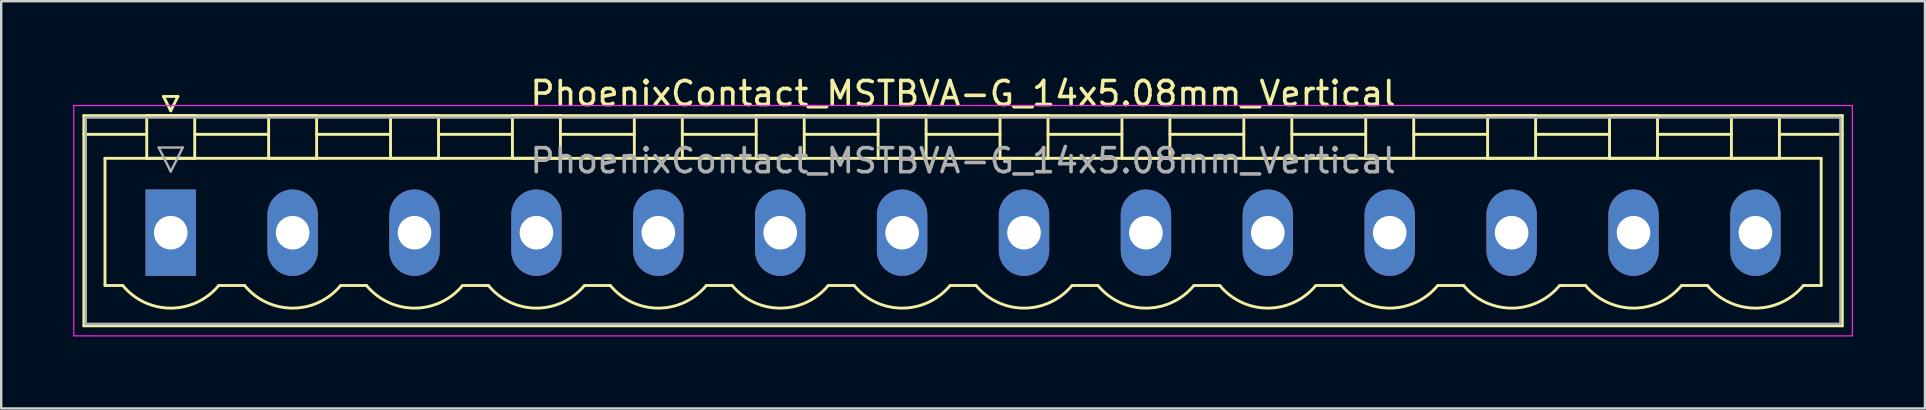
<source format=kicad_pcb>
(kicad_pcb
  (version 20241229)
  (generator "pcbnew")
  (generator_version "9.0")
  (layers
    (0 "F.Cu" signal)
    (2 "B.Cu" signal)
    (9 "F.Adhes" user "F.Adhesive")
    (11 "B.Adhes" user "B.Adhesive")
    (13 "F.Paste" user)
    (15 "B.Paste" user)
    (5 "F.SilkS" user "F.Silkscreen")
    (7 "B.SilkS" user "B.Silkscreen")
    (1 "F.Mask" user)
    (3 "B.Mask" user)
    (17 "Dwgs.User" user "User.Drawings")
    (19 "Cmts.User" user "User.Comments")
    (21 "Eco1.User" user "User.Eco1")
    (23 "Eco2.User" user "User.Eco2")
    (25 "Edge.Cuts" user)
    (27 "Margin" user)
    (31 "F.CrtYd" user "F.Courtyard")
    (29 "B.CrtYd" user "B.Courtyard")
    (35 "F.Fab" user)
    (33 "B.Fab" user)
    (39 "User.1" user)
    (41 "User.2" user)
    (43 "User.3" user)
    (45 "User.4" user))
  (footprint "PhoenixContact_MSTBVA-G_14x5.08mm_Vertical"
    (layer "F.Cu")
    (at 4.065 6.648)
    (property "Reference" "PhoenixContact_MSTBVA-G_14x5.08mm_Vertical" (at 33.02 -5.8 0) (layer "F.SilkS") (effects (font (size 1 1) (thickness 0.15))))
    (attr through_hole)
    (fp_line (start -3.62 -4.88) (end -3.62 3.88) (stroke (width 0.12) (type solid)) (layer "F.SilkS"))
    (fp_line (start -3.62 -4.1) (end -1.08 -4.1) (stroke (width 0.12) (type solid)) (layer "F.SilkS"))
    (fp_line (start -3.62 3.88) (end 69.66 3.88) (stroke (width 0.12) (type solid)) (layer "F.SilkS"))
    (fp_line (start -2.74 -3.1) (end 68.78 -3.1) (stroke (width 0.12) (type solid)) (layer "F.SilkS"))
    (fp_line (start -2.74 2.2) (end -2.74 -3.1) (stroke (width 0.12) (type solid)) (layer "F.SilkS"))
    (fp_line (start -2 2.2) (end -2.74 2.2) (stroke (width 0.12) (type solid)) (layer "F.SilkS"))
    (fp_line (start -1 -4.88) (end 1 -4.88) (stroke (width 0.12) (type solid)) (layer "F.SilkS"))
    (fp_line (start -1 -3.1) (end -1 -4.88) (stroke (width 0.12) (type solid)) (layer "F.SilkS"))
    (fp_line (start -0.3 -5.68) (end 0.3 -5.68) (stroke (width 0.12) (type solid)) (layer "F.SilkS"))
    (fp_line (start 0 -5.08) (end -0.3 -5.68) (stroke (width 0.12) (type solid)) (layer "F.SilkS"))
    (fp_line (start 0.3 -5.68) (end 0 -5.08) (stroke (width 0.12) (type solid)) (layer "F.SilkS"))
    (fp_line (start 1 -4.88) (end 1 -3.1) (stroke (width 0.12) (type solid)) (layer "F.SilkS"))
    (fp_line (start 1 -4.1) (end 4.08 -4.1) (stroke (width 0.12) (type solid)) (layer "F.SilkS"))
    (fp_line (start 1 -3.1) (end -1 -3.1) (stroke (width 0.12) (type solid)) (layer "F.SilkS"))
    (fp_line (start 2 2.2) (end 3.08 2.2) (stroke (width 0.12) (type solid)) (layer "F.SilkS"))
    (fp_line (start 4.08 -4.88) (end 6.08 -4.88) (stroke (width 0.12) (type solid)) (layer "F.SilkS"))
    (fp_line (start 4.08 -3.1) (end 4.08 -4.88) (stroke (width 0.12) (type solid)) (layer "F.SilkS"))
    (fp_line (start 6.08 -4.88) (end 6.08 -3.1) (stroke (width 0.12) (type solid)) (layer "F.SilkS"))
    (fp_line (start 6.08 -4.1) (end 9.16 -4.1) (stroke (width 0.12) (type solid)) (layer "F.SilkS"))
    (fp_line (start 6.08 -3.1) (end 4.08 -3.1) (stroke (width 0.12) (type solid)) (layer "F.SilkS"))
    (fp_line (start 7.08 2.2) (end 8.16 2.2) (stroke (width 0.12) (type solid)) (layer "F.SilkS"))
    (fp_line (start 9.16 -4.88) (end 11.16 -4.88) (stroke (width 0.12) (type solid)) (layer "F.SilkS"))
    (fp_line (start 9.16 -3.1) (end 9.16 -4.88) (stroke (width 0.12) (type solid)) (layer "F.SilkS"))
    (fp_line (start 11.16 -4.88) (end 11.16 -3.1) (stroke (width 0.12) (type solid)) (layer "F.SilkS"))
    (fp_line (start 11.16 -4.1) (end 14.24 -4.1) (stroke (width 0.12) (type solid)) (layer "F.SilkS"))
    (fp_line (start 11.16 -3.1) (end 9.16 -3.1) (stroke (width 0.12) (type solid)) (layer "F.SilkS"))
    (fp_line (start 12.16 2.2) (end 13.24 2.2) (stroke (width 0.12) (type solid)) (layer "F.SilkS"))
    (fp_line (start 14.24 -4.88) (end 16.24 -4.88) (stroke (width 0.12) (type solid)) (layer "F.SilkS"))
    (fp_line (start 14.24 -3.1) (end 14.24 -4.88) (stroke (width 0.12) (type solid)) (layer "F.SilkS"))
    (fp_line (start 16.24 -4.88) (end 16.24 -3.1) (stroke (width 0.12) (type solid)) (layer "F.SilkS"))
    (fp_line (start 16.24 -4.1) (end 19.32 -4.1) (stroke (width 0.12) (type solid)) (layer "F.SilkS"))
    (fp_line (start 16.24 -3.1) (end 14.24 -3.1) (stroke (width 0.12) (type solid)) (layer "F.SilkS"))
    (fp_line (start 17.24 2.2) (end 18.32 2.2) (stroke (width 0.12) (type solid)) (layer "F.SilkS"))
    (fp_line (start 19.32 -4.88) (end 21.32 -4.88) (stroke (width 0.12) (type solid)) (layer "F.SilkS"))
    (fp_line (start 19.32 -3.1) (end 19.32 -4.88) (stroke (width 0.12) (type solid)) (layer "F.SilkS"))
    (fp_line (start 21.32 -4.88) (end 21.32 -3.1) (stroke (width 0.12) (type solid)) (layer "F.SilkS"))
    (fp_line (start 21.32 -4.1) (end 24.4 -4.1) (stroke (width 0.12) (type solid)) (layer "F.SilkS"))
    (fp_line (start 21.32 -3.1) (end 19.32 -3.1) (stroke (width 0.12) (type solid)) (layer "F.SilkS"))
    (fp_line (start 22.32 2.2) (end 23.4 2.2) (stroke (width 0.12) (type solid)) (layer "F.SilkS"))
    (fp_line (start 24.4 -4.88) (end 26.4 -4.88) (stroke (width 0.12) (type solid)) (layer "F.SilkS"))
    (fp_line (start 24.4 -3.1) (end 24.4 -4.88) (stroke (width 0.12) (type solid)) (layer "F.SilkS"))
    (fp_line (start 26.4 -4.88) (end 26.4 -3.1) (stroke (width 0.12) (type solid)) (layer "F.SilkS"))
    (fp_line (start 26.4 -4.1) (end 29.48 -4.1) (stroke (width 0.12) (type solid)) (layer "F.SilkS"))
    (fp_line (start 26.4 -3.1) (end 24.4 -3.1) (stroke (width 0.12) (type solid)) (layer "F.SilkS"))
    (fp_line (start 27.4 2.2) (end 28.48 2.2) (stroke (width 0.12) (type solid)) (layer "F.SilkS"))
    (fp_line (start 29.48 -4.88) (end 31.48 -4.88) (stroke (width 0.12) (type solid)) (layer "F.SilkS"))
    (fp_line (start 29.48 -3.1) (end 29.48 -4.88) (stroke (width 0.12) (type solid)) (layer "F.SilkS"))
    (fp_line (start 31.48 -4.88) (end 31.48 -3.1) (stroke (width 0.12) (type solid)) (layer "F.SilkS"))
    (fp_line (start 31.48 -4.1) (end 34.56 -4.1) (stroke (width 0.12) (type solid)) (layer "F.SilkS"))
    (fp_line (start 31.48 -3.1) (end 29.48 -3.1) (stroke (width 0.12) (type solid)) (layer "F.SilkS"))
    (fp_line (start 32.48 2.2) (end 33.56 2.2) (stroke (width 0.12) (type solid)) (layer "F.SilkS"))
    (fp_line (start 34.56 -4.88) (end 36.56 -4.88) (stroke (width 0.12) (type solid)) (layer "F.SilkS"))
    (fp_line (start 34.56 -3.1) (end 34.56 -4.88) (stroke (width 0.12) (type solid)) (layer "F.SilkS"))
    (fp_line (start 36.56 -4.88) (end 36.56 -3.1) (stroke (width 0.12) (type solid)) (layer "F.SilkS"))
    (fp_line (start 36.56 -4.1) (end 39.64 -4.1) (stroke (width 0.12) (type solid)) (layer "F.SilkS"))
    (fp_line (start 36.56 -3.1) (end 34.56 -3.1) (stroke (width 0.12) (type solid)) (layer "F.SilkS"))
    (fp_line (start 37.56 2.2) (end 38.64 2.2) (stroke (width 0.12) (type solid)) (layer "F.SilkS"))
    (fp_line (start 39.64 -4.88) (end 41.64 -4.88) (stroke (width 0.12) (type solid)) (layer "F.SilkS"))
    (fp_line (start 39.64 -3.1) (end 39.64 -4.88) (stroke (width 0.12) (type solid)) (layer "F.SilkS"))
    (fp_line (start 41.64 -4.88) (end 41.64 -3.1) (stroke (width 0.12) (type solid)) (layer "F.SilkS"))
    (fp_line (start 41.64 -4.1) (end 44.72 -4.1) (stroke (width 0.12) (type solid)) (layer "F.SilkS"))
    (fp_line (start 41.64 -3.1) (end 39.64 -3.1) (stroke (width 0.12) (type solid)) (layer "F.SilkS"))
    (fp_line (start 42.64 2.2) (end 43.72 2.2) (stroke (width 0.12) (type solid)) (layer "F.SilkS"))
    (fp_line (start 44.72 -4.88) (end 46.72 -4.88) (stroke (width 0.12) (type solid)) (layer "F.SilkS"))
    (fp_line (start 44.72 -3.1) (end 44.72 -4.88) (stroke (width 0.12) (type solid)) (layer "F.SilkS"))
    (fp_line (start 46.72 -4.88) (end 46.72 -3.1) (stroke (width 0.12) (type solid)) (layer "F.SilkS"))
    (fp_line (start 46.72 -4.1) (end 49.8 -4.1) (stroke (width 0.12) (type solid)) (layer "F.SilkS"))
    (fp_line (start 46.72 -3.1) (end 44.72 -3.1) (stroke (width 0.12) (type solid)) (layer "F.SilkS"))
    (fp_line (start 47.72 2.2) (end 48.8 2.2) (stroke (width 0.12) (type solid)) (layer "F.SilkS"))
    (fp_line (start 49.8 -4.88) (end 51.8 -4.88) (stroke (width 0.12) (type solid)) (layer "F.SilkS"))
    (fp_line (start 49.8 -3.1) (end 49.8 -4.88) (stroke (width 0.12) (type solid)) (layer "F.SilkS"))
    (fp_line (start 51.8 -4.88) (end 51.8 -3.1) (stroke (width 0.12) (type solid)) (layer "F.SilkS"))
    (fp_line (start 51.8 -4.1) (end 54.88 -4.1) (stroke (width 0.12) (type solid)) (layer "F.SilkS"))
    (fp_line (start 51.8 -3.1) (end 49.8 -3.1) (stroke (width 0.12) (type solid)) (layer "F.SilkS"))
    (fp_line (start 52.8 2.2) (end 53.88 2.2) (stroke (width 0.12) (type solid)) (layer "F.SilkS"))
    (fp_line (start 54.88 -4.88) (end 56.88 -4.88) (stroke (width 0.12) (type solid)) (layer "F.SilkS"))
    (fp_line (start 54.88 -3.1) (end 54.88 -4.88) (stroke (width 0.12) (type solid)) (layer "F.SilkS"))
    (fp_line (start 56.88 -4.88) (end 56.88 -3.1) (stroke (width 0.12) (type solid)) (layer "F.SilkS"))
    (fp_line (start 56.88 -4.1) (end 59.96 -4.1) (stroke (width 0.12) (type solid)) (layer "F.SilkS"))
    (fp_line (start 56.88 -3.1) (end 54.88 -3.1) (stroke (width 0.12) (type solid)) (layer "F.SilkS"))
    (fp_line (start 57.88 2.2) (end 58.96 2.2) (stroke (width 0.12) (type solid)) (layer "F.SilkS"))
    (fp_line (start 59.96 -4.88) (end 61.96 -4.88) (stroke (width 0.12) (type solid)) (layer "F.SilkS"))
    (fp_line (start 59.96 -3.1) (end 59.96 -4.88) (stroke (width 0.12) (type solid)) (layer "F.SilkS"))
    (fp_line (start 61.96 -4.88) (end 61.96 -3.1) (stroke (width 0.12) (type solid)) (layer "F.SilkS"))
    (fp_line (start 61.96 -4.1) (end 65.04 -4.1) (stroke (width 0.12) (type solid)) (layer "F.SilkS"))
    (fp_line (start 61.96 -3.1) (end 59.96 -3.1) (stroke (width 0.12) (type solid)) (layer "F.SilkS"))
    (fp_line (start 62.96 2.2) (end 64.04 2.2) (stroke (width 0.12) (type solid)) (layer "F.SilkS"))
    (fp_line (start 65.04 -4.88) (end 67.04 -4.88) (stroke (width 0.12) (type solid)) (layer "F.SilkS"))
    (fp_line (start 65.04 -3.1) (end 65.04 -4.88) (stroke (width 0.12) (type solid)) (layer "F.SilkS"))
    (fp_line (start 67.04 -4.88) (end 67.04 -3.1) (stroke (width 0.12) (type solid)) (layer "F.SilkS"))
    (fp_line (start 67.04 -3.1) (end 65.04 -3.1) (stroke (width 0.12) (type solid)) (layer "F.SilkS"))
    (fp_line (start 68.78 -3.1) (end 68.78 2.2) (stroke (width 0.12) (type solid)) (layer "F.SilkS"))
    (fp_line (start 68.78 2.2) (end 68.04 2.2) (stroke (width 0.12) (type solid)) (layer "F.SilkS"))
    (fp_line (start 69.66 -4.88) (end -3.62 -4.88) (stroke (width 0.12) (type solid)) (layer "F.SilkS"))
    (fp_line (start 69.66 -4.1) (end 67.12 -4.1) (stroke (width 0.12) (type solid)) (layer "F.SilkS"))
    (fp_line (start 69.66 3.88) (end 69.66 -4.88) (stroke (width 0.12) (type solid)) (layer "F.SilkS"))
    (fp_arc (start 1.986842 2.215821) (mid -0.010289 3.142758) (end -2 2.2) (stroke (width 0.12) (type solid)) (layer "F.SilkS"))
    (fp_arc (start 7.066842 2.215821) (mid 5.069711 3.142758) (end 3.08 2.2) (stroke (width 0.12) (type solid)) (layer "F.SilkS"))
    (fp_arc (start 12.146842 2.215821) (mid 10.149711 3.142758) (end 8.16 2.2) (stroke (width 0.12) (type solid)) (layer "F.SilkS"))
    (fp_arc (start 17.226842 2.215821) (mid 15.229711 3.142758) (end 13.24 2.2) (stroke (width 0.12) (type solid)) (layer "F.SilkS"))
    (fp_arc (start 22.306842 2.215821) (mid 20.309711 3.142758) (end 18.32 2.2) (stroke (width 0.12) (type solid)) (layer "F.SilkS"))
    (fp_arc (start 27.386842 2.215821) (mid 25.389711 3.142758) (end 23.4 2.2) (stroke (width 0.12) (type solid)) (layer "F.SilkS"))
    (fp_arc (start 32.466842 2.215821) (mid 30.469711 3.142758) (end 28.48 2.2) (stroke (width 0.12) (type solid)) (layer "F.SilkS"))
    (fp_arc (start 37.546842 2.215821) (mid 35.549711 3.142758) (end 33.56 2.2) (stroke (width 0.12) (type solid)) (layer "F.SilkS"))
    (fp_arc (start 42.626842 2.215821) (mid 40.629711 3.142758) (end 38.64 2.2) (stroke (width 0.12) (type solid)) (layer "F.SilkS"))
    (fp_arc (start 47.706842 2.215821) (mid 45.709711 3.142758) (end 43.72 2.2) (stroke (width 0.12) (type solid)) (layer "F.SilkS"))
    (fp_arc (start 52.786842 2.215821) (mid 50.789711 3.142758) (end 48.8 2.2) (stroke (width 0.12) (type solid)) (layer "F.SilkS"))
    (fp_arc (start 57.866842 2.215821) (mid 55.869711 3.142758) (end 53.88 2.2) (stroke (width 0.12) (type solid)) (layer "F.SilkS"))
    (fp_arc (start 62.946842 2.215821) (mid 60.949711 3.142758) (end 58.96 2.2) (stroke (width 0.12) (type solid)) (layer "F.SilkS"))
    (fp_arc (start 68.026842 2.215821) (mid 66.029711 3.142758) (end 64.04 2.2) (stroke (width 0.12) (type solid)) (layer "F.SilkS"))
    (fp_line (start -4.04 -5.3) (end -4.04 4.3) (stroke (width 0.05) (type solid)) (layer "F.CrtYd"))
    (fp_line (start -4.04 4.3) (end 70.08 4.3) (stroke (width 0.05) (type solid)) (layer "F.CrtYd"))
    (fp_line (start 70.08 -5.3) (end -4.04 -5.3) (stroke (width 0.05) (type solid)) (layer "F.CrtYd"))
    (fp_line (start 70.08 4.3) (end 70.08 -5.3) (stroke (width 0.05) (type solid)) (layer "F.CrtYd"))
    (fp_line (start -3.54 -4.8) (end -3.54 3.8) (stroke (width 0.1) (type solid)) (layer "F.Fab"))
    (fp_line (start -3.54 3.8) (end 69.58 3.8) (stroke (width 0.1) (type solid)) (layer "F.Fab"))
    (fp_line (start -0.5 -3.55) (end 0.5 -3.55) (stroke (width 0.1) (type solid)) (layer "F.Fab"))
    (fp_line (start 0 -2.55) (end -0.5 -3.55) (stroke (width 0.1) (type solid)) (layer "F.Fab"))
    (fp_line (start 0.5 -3.55) (end 0 -2.55) (stroke (width 0.1) (type solid)) (layer "F.Fab"))
    (fp_line (start 69.58 -4.8) (end -3.54 -4.8) (stroke (width 0.1) (type solid)) (layer "F.Fab"))
    (fp_line (start 69.58 3.8) (end 69.58 -4.8) (stroke (width 0.1) (type solid)) (layer "F.Fab"))
    (fp_text user "${REFERENCE}" (at 33.02 -3 0) (layer "F.Fab") (effects (font (size 1 1) (thickness 0.15))))
    (pad "1" thru_hole rect (at 0 0) (size 2.1 3.6) (drill 1.4) (layers "*.Cu" "*.Mask"))
    (pad "2" thru_hole oval (at 5.08 0) (size 2.1 3.6) (drill 1.4) (layers "*.Cu" "*.Mask"))
    (pad "3" thru_hole oval (at 10.16 0) (size 2.1 3.6) (drill 1.4) (layers "*.Cu" "*.Mask"))
    (pad "4" thru_hole oval (at 15.24 0) (size 2.1 3.6) (drill 1.4) (layers "*.Cu" "*.Mask"))
    (pad "5" thru_hole oval (at 20.32 0) (size 2.1 3.6) (drill 1.4) (layers "*.Cu" "*.Mask"))
    (pad "6" thru_hole oval (at 25.4 0) (size 2.1 3.6) (drill 1.4) (layers "*.Cu" "*.Mask"))
    (pad "7" thru_hole oval (at 30.48 0) (size 2.1 3.6) (drill 1.4) (layers "*.Cu" "*.Mask"))
    (pad "8" thru_hole oval (at 35.56 0) (size 2.1 3.6) (drill 1.4) (layers "*.Cu" "*.Mask"))
    (pad "9" thru_hole oval (at 40.64 0) (size 2.1 3.6) (drill 1.4) (layers "*.Cu" "*.Mask"))
    (pad "10" thru_hole oval (at 45.72 0) (size 2.1 3.6) (drill 1.4) (layers "*.Cu" "*.Mask"))
    (pad "11" thru_hole oval (at 50.8 0) (size 2.1 3.6) (drill 1.4) (layers "*.Cu" "*.Mask"))
    (pad "12" thru_hole oval (at 55.88 0) (size 2.1 3.6) (drill 1.4) (layers "*.Cu" "*.Mask"))
    (pad "13" thru_hole oval (at 60.96 0) (size 2.1 3.6) (drill 1.4) (layers "*.Cu" "*.Mask"))
    (pad "14" thru_hole oval (at 66.04 0) (size 2.1 3.6) (drill 1.4) (layers "*.Cu" "*.Mask")))
  (gr_rect
    (start -3 -3)
    (end 77.17 13.973)
    (stroke (width 0.1) (type default))
    (fill no)
    (layer "Edge.Cuts")))
</source>
